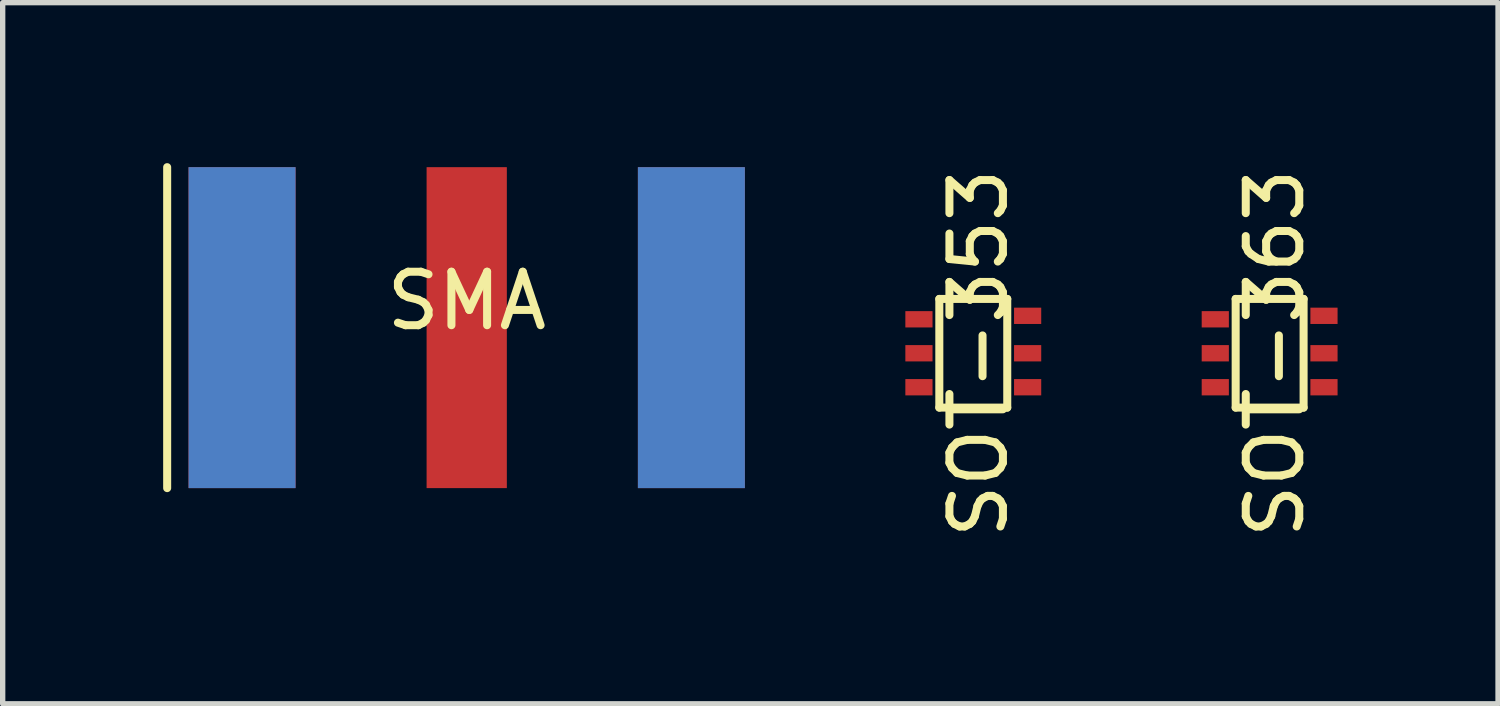
<source format=kicad_pcb>
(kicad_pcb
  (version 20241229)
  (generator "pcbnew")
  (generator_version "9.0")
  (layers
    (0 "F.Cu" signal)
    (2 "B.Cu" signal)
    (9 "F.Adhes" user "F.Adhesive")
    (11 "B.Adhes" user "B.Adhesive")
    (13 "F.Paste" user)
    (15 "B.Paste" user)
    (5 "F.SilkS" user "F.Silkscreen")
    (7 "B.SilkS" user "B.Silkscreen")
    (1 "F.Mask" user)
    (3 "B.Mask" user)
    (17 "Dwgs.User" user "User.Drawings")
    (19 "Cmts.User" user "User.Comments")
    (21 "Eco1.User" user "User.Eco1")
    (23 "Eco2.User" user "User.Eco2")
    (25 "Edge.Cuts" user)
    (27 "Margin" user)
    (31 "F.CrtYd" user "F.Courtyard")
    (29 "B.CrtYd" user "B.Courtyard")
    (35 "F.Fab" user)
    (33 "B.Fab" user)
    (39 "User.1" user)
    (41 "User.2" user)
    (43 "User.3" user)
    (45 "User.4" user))
  (footprint "SMA"
    (layer "F.Cu")
    (at 5.675 2.075)
    (property "Reference" "SMA" (at 0 0.5 0) (layer "F.SilkS") (effects (font (size 1 1) (thickness 0.15))))
    (attr through_hole)
    (fp_line (start -5.6 -2) (end -5.6 4) (stroke (width 0.15) (type solid)) (layer "F.SilkS"))
    (pad "1" smd rect (at 0 1) (size 1.5 6) (layers "F.Cu" "F.Mask" "F.Paste"))
    (pad "2" smd rect (at -4.2 1) (size 2 6) (layers "F.Cu" "F.Mask" "F.Paste"))
    (pad "2" smd rect (at -4.2 1) (size 2 6) (layers "F.Mask" "B.Cu" "F.Paste"))
    (pad "2" smd rect (at 4.2 1) (size 2 6) (layers "F.Cu" "F.Mask" "F.Paste"))
    (pad "2" smd rect (at 4.2 1) (size 2 6) (layers "F.Mask" "B.Cu" "F.Paste")))
  (footprint "SOT-363"
    (layer "F.Cu")
    (at 20.685 3.554)
    (property "Reference" "SOT-363" (at 0.099 0 90) (layer "F.SilkS") (effects (font (size 1 1) (thickness 0.15))))
    (attr smd)
    (fp_line (start -0.635 -1.016) (end -0.635 1.016) (stroke (width 0.15) (type solid)) (layer "F.SilkS"))
    (fp_line (start -0.635 1.016) (end 0.635 1.016) (stroke (width 0.15) (type solid)) (layer "F.SilkS"))
    (fp_line (start 0.635 -1.016) (end -0.635 -1.016) (stroke (width 0.15) (type solid)) (layer "F.SilkS"))
    (fp_line (start 0.635 1.016) (end 0.635 -1.016) (stroke (width 0.15) (type solid)) (layer "F.SilkS"))
    (pad "1" smd rect (at -1.016 -0.635) (size 0.508 0.305) (layers "F.Cu" "F.Mask" "F.Paste"))
    (pad "2" smd rect (at -1.016 0) (size 0.508 0.305) (layers "F.Cu" "F.Mask" "F.Paste"))
    (pad "3" smd rect (at -1.016 0.635) (size 0.508 0.305) (layers "F.Cu" "F.Mask" "F.Paste"))
    (pad "4" smd rect (at 1.016 0.635) (size 0.508 0.305) (layers "F.Cu" "F.Mask" "F.Paste"))
    (pad "5" smd rect (at 1.016 0) (size 0.508 0.305) (layers "F.Cu" "F.Mask" "F.Paste"))
    (pad "6" smd rect (at 1.016 -0.7) (size 0.508 0.305) (layers "F.Cu" "F.Mask" "F.Paste")))
  (footprint "SOT-353"
    (layer "F.Cu")
    (at 15.145 3.554)
    (property "Reference" "SOT-353" (at 0.099 0 90) (layer "F.SilkS") (effects (font (size 1 1) (thickness 0.15))))
    (attr smd)
    (fp_line (start -0.635 -1.016) (end -0.635 1.016) (stroke (width 0.15) (type solid)) (layer "F.SilkS"))
    (fp_line (start -0.635 1.016) (end 0.635 1.016) (stroke (width 0.15) (type solid)) (layer "F.SilkS"))
    (fp_line (start 0.635 -1.016) (end -0.635 -1.016) (stroke (width 0.15) (type solid)) (layer "F.SilkS"))
    (fp_line (start 0.635 1.016) (end 0.635 -1.016) (stroke (width 0.15) (type solid)) (layer "F.SilkS"))
    (pad "1" smd rect (at -1.016 -0.635) (size 0.508 0.305) (layers "F.Cu" "F.Mask" "F.Paste"))
    (pad "2" smd rect (at -1.016 0) (size 0.508 0.305) (layers "F.Cu" "F.Mask" "F.Paste"))
    (pad "3" smd rect (at -1.016 0.635) (size 0.508 0.305) (layers "F.Cu" "F.Mask" "F.Paste"))
    (pad "4" smd rect (at 1.016 0.635) (size 0.508 0.305) (layers "F.Cu" "F.Mask" "F.Paste"))
    (pad "5" smd rect (at 1.016 0) (size 0.508 0.305) (layers "F.Cu" "F.Mask" "F.Paste"))
    (pad "6" smd rect (at 1.016 -0.7) (size 0.508 0.305) (layers "F.Cu" "F.Mask" "F.Paste")))
  (gr_rect
    (start -3 -3)
    (end 24.955 10.107)
    (stroke (width 0.1) (type default))
    (fill no)
    (layer "Edge.Cuts")))
</source>
